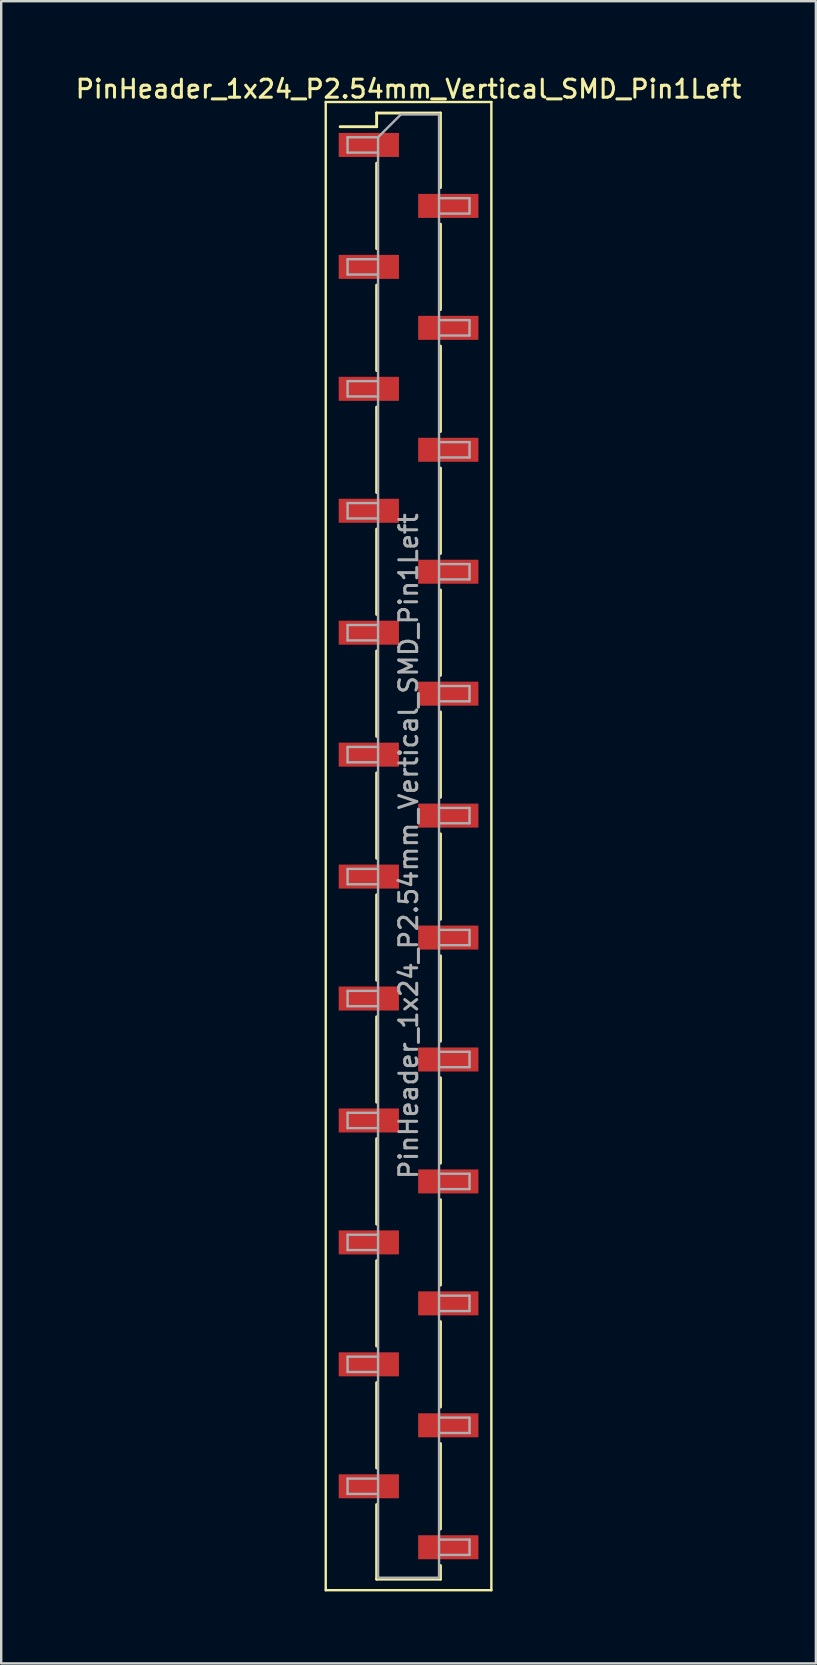
<source format=kicad_pcb>
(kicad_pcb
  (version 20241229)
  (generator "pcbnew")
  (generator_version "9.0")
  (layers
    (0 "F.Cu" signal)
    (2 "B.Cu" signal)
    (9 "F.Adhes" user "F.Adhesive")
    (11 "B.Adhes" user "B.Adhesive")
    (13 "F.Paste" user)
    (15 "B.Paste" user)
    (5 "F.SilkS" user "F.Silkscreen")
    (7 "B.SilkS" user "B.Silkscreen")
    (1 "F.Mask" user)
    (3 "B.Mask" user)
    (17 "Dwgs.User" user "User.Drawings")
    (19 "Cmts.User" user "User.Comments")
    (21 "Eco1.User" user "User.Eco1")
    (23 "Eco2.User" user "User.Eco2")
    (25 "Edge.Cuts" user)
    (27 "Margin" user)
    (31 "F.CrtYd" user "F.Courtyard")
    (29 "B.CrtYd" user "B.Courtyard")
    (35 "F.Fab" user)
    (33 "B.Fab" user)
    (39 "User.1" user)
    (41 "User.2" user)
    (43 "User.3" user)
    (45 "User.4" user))
  (footprint "PinHeader_1x24_P2.54mm_Vertical_SMD_Pin1Left"
    (layer "F.Cu")
    (at 13.97 32.198)
    (property "Reference" "PinHeader_1x24_P2.54mm_Vertical_SMD_Pin1Left" (at 0 -31.54 0) (layer "F.SilkS") (effects (font (size 0.75 0.75) (thickness 0.125))))
    (attr smd)
    (fp_line (start -3.45 -31) (end -3.45 31) (stroke (width 0.1) (type solid)) (layer "F.SilkS"))
    (fp_line (start -3.45 31) (end 3.45 31) (stroke (width 0.1) (type solid)) (layer "F.SilkS"))
    (fp_line (start -1.33 -30.54) (end -1.33 -29.97) (stroke (width 0.12) (type solid)) (layer "F.SilkS"))
    (fp_line (start -1.33 -30.54) (end 1.33 -30.54) (stroke (width 0.12) (type solid)) (layer "F.SilkS"))
    (fp_line (start -1.33 -29.97) (end -2.85 -29.97) (stroke (width 0.12) (type solid)) (layer "F.SilkS"))
    (fp_line (start -1.33 -28.45) (end -1.33 -24.89) (stroke (width 0.12) (type solid)) (layer "F.SilkS"))
    (fp_line (start -1.33 -23.37) (end -1.33 -19.81) (stroke (width 0.12) (type solid)) (layer "F.SilkS"))
    (fp_line (start -1.33 -18.29) (end -1.33 -14.73) (stroke (width 0.12) (type solid)) (layer "F.SilkS"))
    (fp_line (start -1.33 -13.21) (end -1.33 -9.65) (stroke (width 0.12) (type solid)) (layer "F.SilkS"))
    (fp_line (start -1.33 -8.13) (end -1.33 -4.57) (stroke (width 0.12) (type solid)) (layer "F.SilkS"))
    (fp_line (start -1.33 -3.05) (end -1.33 0.51) (stroke (width 0.12) (type solid)) (layer "F.SilkS"))
    (fp_line (start -1.33 2.03) (end -1.33 5.59) (stroke (width 0.12) (type solid)) (layer "F.SilkS"))
    (fp_line (start -1.33 7.11) (end -1.33 10.67) (stroke (width 0.12) (type solid)) (layer "F.SilkS"))
    (fp_line (start -1.33 12.19) (end -1.33 15.75) (stroke (width 0.12) (type solid)) (layer "F.SilkS"))
    (fp_line (start -1.33 17.27) (end -1.33 20.83) (stroke (width 0.12) (type solid)) (layer "F.SilkS"))
    (fp_line (start -1.33 22.35) (end -1.33 25.91) (stroke (width 0.12) (type solid)) (layer "F.SilkS"))
    (fp_line (start -1.33 27.43) (end -1.33 30.54) (stroke (width 0.12) (type solid)) (layer "F.SilkS"))
    (fp_line (start -1.33 30.54) (end 1.33 30.54) (stroke (width 0.12) (type solid)) (layer "F.SilkS"))
    (fp_line (start 1.33 -30.54) (end 1.33 -27.43) (stroke (width 0.12) (type solid)) (layer "F.SilkS"))
    (fp_line (start 1.33 -25.91) (end 1.33 -22.35) (stroke (width 0.12) (type solid)) (layer "F.SilkS"))
    (fp_line (start 1.33 -20.83) (end 1.33 -17.27) (stroke (width 0.12) (type solid)) (layer "F.SilkS"))
    (fp_line (start 1.33 -15.75) (end 1.33 -12.19) (stroke (width 0.12) (type solid)) (layer "F.SilkS"))
    (fp_line (start 1.33 -10.67) (end 1.33 -7.11) (stroke (width 0.12) (type solid)) (layer "F.SilkS"))
    (fp_line (start 1.33 -5.59) (end 1.33 -2.03) (stroke (width 0.12) (type solid)) (layer "F.SilkS"))
    (fp_line (start 1.33 -0.51) (end 1.33 3.05) (stroke (width 0.12) (type solid)) (layer "F.SilkS"))
    (fp_line (start 1.33 4.57) (end 1.33 8.13) (stroke (width 0.12) (type solid)) (layer "F.SilkS"))
    (fp_line (start 1.33 9.65) (end 1.33 13.21) (stroke (width 0.12) (type solid)) (layer "F.SilkS"))
    (fp_line (start 1.33 14.73) (end 1.33 18.29) (stroke (width 0.12) (type solid)) (layer "F.SilkS"))
    (fp_line (start 1.33 19.81) (end 1.33 23.37) (stroke (width 0.12) (type solid)) (layer "F.SilkS"))
    (fp_line (start 1.33 24.89) (end 1.33 28.45) (stroke (width 0.12) (type solid)) (layer "F.SilkS"))
    (fp_line (start 1.33 29.97) (end 1.33 30.54) (stroke (width 0.12) (type solid)) (layer "F.SilkS"))
    (fp_line (start 3.45 -31) (end -3.45 -31) (stroke (width 0.1) (type solid)) (layer "F.SilkS"))
    (fp_line (start 3.45 31) (end 3.45 -31) (stroke (width 0.1) (type solid)) (layer "F.SilkS"))
    (fp_line (start -2.54 -29.53) (end -2.54 -28.89) (stroke (width 0.1) (type solid)) (layer "F.Fab"))
    (fp_line (start -2.54 -28.89) (end -1.27 -28.89) (stroke (width 0.1) (type solid)) (layer "F.Fab"))
    (fp_line (start -2.54 -24.45) (end -2.54 -23.81) (stroke (width 0.1) (type solid)) (layer "F.Fab"))
    (fp_line (start -2.54 -23.81) (end -1.27 -23.81) (stroke (width 0.1) (type solid)) (layer "F.Fab"))
    (fp_line (start -2.54 -19.37) (end -2.54 -18.73) (stroke (width 0.1) (type solid)) (layer "F.Fab"))
    (fp_line (start -2.54 -18.73) (end -1.27 -18.73) (stroke (width 0.1) (type solid)) (layer "F.Fab"))
    (fp_line (start -2.54 -14.29) (end -2.54 -13.65) (stroke (width 0.1) (type solid)) (layer "F.Fab"))
    (fp_line (start -2.54 -13.65) (end -1.27 -13.65) (stroke (width 0.1) (type solid)) (layer "F.Fab"))
    (fp_line (start -2.54 -9.21) (end -2.54 -8.57) (stroke (width 0.1) (type solid)) (layer "F.Fab"))
    (fp_line (start -2.54 -8.57) (end -1.27 -8.57) (stroke (width 0.1) (type solid)) (layer "F.Fab"))
    (fp_line (start -2.54 -4.13) (end -2.54 -3.49) (stroke (width 0.1) (type solid)) (layer "F.Fab"))
    (fp_line (start -2.54 -3.49) (end -1.27 -3.49) (stroke (width 0.1) (type solid)) (layer "F.Fab"))
    (fp_line (start -2.54 0.95) (end -2.54 1.59) (stroke (width 0.1) (type solid)) (layer "F.Fab"))
    (fp_line (start -2.54 1.59) (end -1.27 1.59) (stroke (width 0.1) (type solid)) (layer "F.Fab"))
    (fp_line (start -2.54 6.03) (end -2.54 6.67) (stroke (width 0.1) (type solid)) (layer "F.Fab"))
    (fp_line (start -2.54 6.67) (end -1.27 6.67) (stroke (width 0.1) (type solid)) (layer "F.Fab"))
    (fp_line (start -2.54 11.11) (end -2.54 11.75) (stroke (width 0.1) (type solid)) (layer "F.Fab"))
    (fp_line (start -2.54 11.75) (end -1.27 11.75) (stroke (width 0.1) (type solid)) (layer "F.Fab"))
    (fp_line (start -2.54 16.19) (end -2.54 16.83) (stroke (width 0.1) (type solid)) (layer "F.Fab"))
    (fp_line (start -2.54 16.83) (end -1.27 16.83) (stroke (width 0.1) (type solid)) (layer "F.Fab"))
    (fp_line (start -2.54 21.27) (end -2.54 21.91) (stroke (width 0.1) (type solid)) (layer "F.Fab"))
    (fp_line (start -2.54 21.91) (end -1.27 21.91) (stroke (width 0.1) (type solid)) (layer "F.Fab"))
    (fp_line (start -2.54 26.35) (end -2.54 26.99) (stroke (width 0.1) (type solid)) (layer "F.Fab"))
    (fp_line (start -2.54 26.99) (end -1.27 26.99) (stroke (width 0.1) (type solid)) (layer "F.Fab"))
    (fp_line (start -1.27 -29.53) (end -2.54 -29.53) (stroke (width 0.1) (type solid)) (layer "F.Fab"))
    (fp_line (start -1.27 -29.53) (end -0.32 -30.48) (stroke (width 0.1) (type solid)) (layer "F.Fab"))
    (fp_line (start -1.27 -24.45) (end -2.54 -24.45) (stroke (width 0.1) (type solid)) (layer "F.Fab"))
    (fp_line (start -1.27 -19.37) (end -2.54 -19.37) (stroke (width 0.1) (type solid)) (layer "F.Fab"))
    (fp_line (start -1.27 -14.29) (end -2.54 -14.29) (stroke (width 0.1) (type solid)) (layer "F.Fab"))
    (fp_line (start -1.27 -9.21) (end -2.54 -9.21) (stroke (width 0.1) (type solid)) (layer "F.Fab"))
    (fp_line (start -1.27 -4.13) (end -2.54 -4.13) (stroke (width 0.1) (type solid)) (layer "F.Fab"))
    (fp_line (start -1.27 0.95) (end -2.54 0.95) (stroke (width 0.1) (type solid)) (layer "F.Fab"))
    (fp_line (start -1.27 6.03) (end -2.54 6.03) (stroke (width 0.1) (type solid)) (layer "F.Fab"))
    (fp_line (start -1.27 11.11) (end -2.54 11.11) (stroke (width 0.1) (type solid)) (layer "F.Fab"))
    (fp_line (start -1.27 16.19) (end -2.54 16.19) (stroke (width 0.1) (type solid)) (layer "F.Fab"))
    (fp_line (start -1.27 21.27) (end -2.54 21.27) (stroke (width 0.1) (type solid)) (layer "F.Fab"))
    (fp_line (start -1.27 26.35) (end -2.54 26.35) (stroke (width 0.1) (type solid)) (layer "F.Fab"))
    (fp_line (start -1.27 30.48) (end -1.27 -29.53) (stroke (width 0.1) (type solid)) (layer "F.Fab"))
    (fp_line (start -0.32 -30.48) (end 1.27 -30.48) (stroke (width 0.1) (type solid)) (layer "F.Fab"))
    (fp_line (start 1.27 -30.48) (end 1.27 30.48) (stroke (width 0.1) (type solid)) (layer "F.Fab"))
    (fp_line (start 1.27 -26.99) (end 2.54 -26.99) (stroke (width 0.1) (type solid)) (layer "F.Fab"))
    (fp_line (start 1.27 -21.91) (end 2.54 -21.91) (stroke (width 0.1) (type solid)) (layer "F.Fab"))
    (fp_line (start 1.27 -16.83) (end 2.54 -16.83) (stroke (width 0.1) (type solid)) (layer "F.Fab"))
    (fp_line (start 1.27 -11.75) (end 2.54 -11.75) (stroke (width 0.1) (type solid)) (layer "F.Fab"))
    (fp_line (start 1.27 -6.67) (end 2.54 -6.67) (stroke (width 0.1) (type solid)) (layer "F.Fab"))
    (fp_line (start 1.27 -1.59) (end 2.54 -1.59) (stroke (width 0.1) (type solid)) (layer "F.Fab"))
    (fp_line (start 1.27 3.49) (end 2.54 3.49) (stroke (width 0.1) (type solid)) (layer "F.Fab"))
    (fp_line (start 1.27 8.57) (end 2.54 8.57) (stroke (width 0.1) (type solid)) (layer "F.Fab"))
    (fp_line (start 1.27 13.65) (end 2.54 13.65) (stroke (width 0.1) (type solid)) (layer "F.Fab"))
    (fp_line (start 1.27 18.73) (end 2.54 18.73) (stroke (width 0.1) (type solid)) (layer "F.Fab"))
    (fp_line (start 1.27 23.81) (end 2.54 23.81) (stroke (width 0.1) (type solid)) (layer "F.Fab"))
    (fp_line (start 1.27 28.89) (end 2.54 28.89) (stroke (width 0.1) (type solid)) (layer "F.Fab"))
    (fp_line (start 1.27 30.48) (end -1.27 30.48) (stroke (width 0.1) (type solid)) (layer "F.Fab"))
    (fp_line (start 2.54 -26.99) (end 2.54 -26.35) (stroke (width 0.1) (type solid)) (layer "F.Fab"))
    (fp_line (start 2.54 -26.35) (end 1.27 -26.35) (stroke (width 0.1) (type solid)) (layer "F.Fab"))
    (fp_line (start 2.54 -21.91) (end 2.54 -21.27) (stroke (width 0.1) (type solid)) (layer "F.Fab"))
    (fp_line (start 2.54 -21.27) (end 1.27 -21.27) (stroke (width 0.1) (type solid)) (layer "F.Fab"))
    (fp_line (start 2.54 -16.83) (end 2.54 -16.19) (stroke (width 0.1) (type solid)) (layer "F.Fab"))
    (fp_line (start 2.54 -16.19) (end 1.27 -16.19) (stroke (width 0.1) (type solid)) (layer "F.Fab"))
    (fp_line (start 2.54 -11.75) (end 2.54 -11.11) (stroke (width 0.1) (type solid)) (layer "F.Fab"))
    (fp_line (start 2.54 -11.11) (end 1.27 -11.11) (stroke (width 0.1) (type solid)) (layer "F.Fab"))
    (fp_line (start 2.54 -6.67) (end 2.54 -6.03) (stroke (width 0.1) (type solid)) (layer "F.Fab"))
    (fp_line (start 2.54 -6.03) (end 1.27 -6.03) (stroke (width 0.1) (type solid)) (layer "F.Fab"))
    (fp_line (start 2.54 -1.59) (end 2.54 -0.95) (stroke (width 0.1) (type solid)) (layer "F.Fab"))
    (fp_line (start 2.54 -0.95) (end 1.27 -0.95) (stroke (width 0.1) (type solid)) (layer "F.Fab"))
    (fp_line (start 2.54 3.49) (end 2.54 4.13) (stroke (width 0.1) (type solid)) (layer "F.Fab"))
    (fp_line (start 2.54 4.13) (end 1.27 4.13) (stroke (width 0.1) (type solid)) (layer "F.Fab"))
    (fp_line (start 2.54 8.57) (end 2.54 9.21) (stroke (width 0.1) (type solid)) (layer "F.Fab"))
    (fp_line (start 2.54 9.21) (end 1.27 9.21) (stroke (width 0.1) (type solid)) (layer "F.Fab"))
    (fp_line (start 2.54 13.65) (end 2.54 14.29) (stroke (width 0.1) (type solid)) (layer "F.Fab"))
    (fp_line (start 2.54 14.29) (end 1.27 14.29) (stroke (width 0.1) (type solid)) (layer "F.Fab"))
    (fp_line (start 2.54 18.73) (end 2.54 19.37) (stroke (width 0.1) (type solid)) (layer "F.Fab"))
    (fp_line (start 2.54 19.37) (end 1.27 19.37) (stroke (width 0.1) (type solid)) (layer "F.Fab"))
    (fp_line (start 2.54 23.81) (end 2.54 24.45) (stroke (width 0.1) (type solid)) (layer "F.Fab"))
    (fp_line (start 2.54 24.45) (end 1.27 24.45) (stroke (width 0.1) (type solid)) (layer "F.Fab"))
    (fp_line (start 2.54 28.89) (end 2.54 29.53) (stroke (width 0.1) (type solid)) (layer "F.Fab"))
    (fp_line (start 2.54 29.53) (end 1.27 29.53) (stroke (width 0.1) (type solid)) (layer "F.Fab"))
    (fp_text user "${REFERENCE}" (at 0 0 90) (layer "F.Fab") (effects (font (size 0.75 0.75) (thickness 0.125))))
    (pad "1" smd rect (at -1.655 -29.21) (size 2.51 1) (layers "F.Cu" "F.Mask" "F.Paste"))
    (pad "2" smd rect (at 1.655 -26.67) (size 2.51 1) (layers "F.Cu" "F.Mask" "F.Paste"))
    (pad "3" smd rect (at -1.655 -24.13) (size 2.51 1) (layers "F.Cu" "F.Mask" "F.Paste"))
    (pad "4" smd rect (at 1.655 -21.59) (size 2.51 1) (layers "F.Cu" "F.Mask" "F.Paste"))
    (pad "5" smd rect (at -1.655 -19.05) (size 2.51 1) (layers "F.Cu" "F.Mask" "F.Paste"))
    (pad "6" smd rect (at 1.655 -16.51) (size 2.51 1) (layers "F.Cu" "F.Mask" "F.Paste"))
    (pad "7" smd rect (at -1.655 -13.97) (size 2.51 1) (layers "F.Cu" "F.Mask" "F.Paste"))
    (pad "8" smd rect (at 1.655 -11.43) (size 2.51 1) (layers "F.Cu" "F.Mask" "F.Paste"))
    (pad "9" smd rect (at -1.655 -8.89) (size 2.51 1) (layers "F.Cu" "F.Mask" "F.Paste"))
    (pad "10" smd rect (at 1.655 -6.35) (size 2.51 1) (layers "F.Cu" "F.Mask" "F.Paste"))
    (pad "11" smd rect (at -1.655 -3.81) (size 2.51 1) (layers "F.Cu" "F.Mask" "F.Paste"))
    (pad "12" smd rect (at 1.655 -1.27) (size 2.51 1) (layers "F.Cu" "F.Mask" "F.Paste"))
    (pad "13" smd rect (at -1.655 1.27) (size 2.51 1) (layers "F.Cu" "F.Mask" "F.Paste"))
    (pad "14" smd rect (at 1.655 3.81) (size 2.51 1) (layers "F.Cu" "F.Mask" "F.Paste"))
    (pad "15" smd rect (at -1.655 6.35) (size 2.51 1) (layers "F.Cu" "F.Mask" "F.Paste"))
    (pad "16" smd rect (at 1.655 8.89) (size 2.51 1) (layers "F.Cu" "F.Mask" "F.Paste"))
    (pad "17" smd rect (at -1.655 11.43) (size 2.51 1) (layers "F.Cu" "F.Mask" "F.Paste"))
    (pad "18" smd rect (at 1.655 13.97) (size 2.51 1) (layers "F.Cu" "F.Mask" "F.Paste"))
    (pad "19" smd rect (at -1.655 16.51) (size 2.51 1) (layers "F.Cu" "F.Mask" "F.Paste"))
    (pad "20" smd rect (at 1.655 19.05) (size 2.51 1) (layers "F.Cu" "F.Mask" "F.Paste"))
    (pad "21" smd rect (at -1.655 21.59) (size 2.51 1) (layers "F.Cu" "F.Mask" "F.Paste"))
    (pad "22" smd rect (at 1.655 24.13) (size 2.51 1) (layers "F.Cu" "F.Mask" "F.Paste"))
    (pad "23" smd rect (at -1.655 26.67) (size 2.51 1) (layers "F.Cu" "F.Mask" "F.Paste"))
    (pad "24" smd rect (at 1.655 29.21) (size 2.51 1) (layers "F.Cu" "F.Mask" "F.Paste")))
  (gr_rect
    (start -3 -3)
    (end 30.939 66.248)
    (stroke (width 0.1) (type default))
    (fill no)
    (layer "Edge.Cuts")))
</source>
